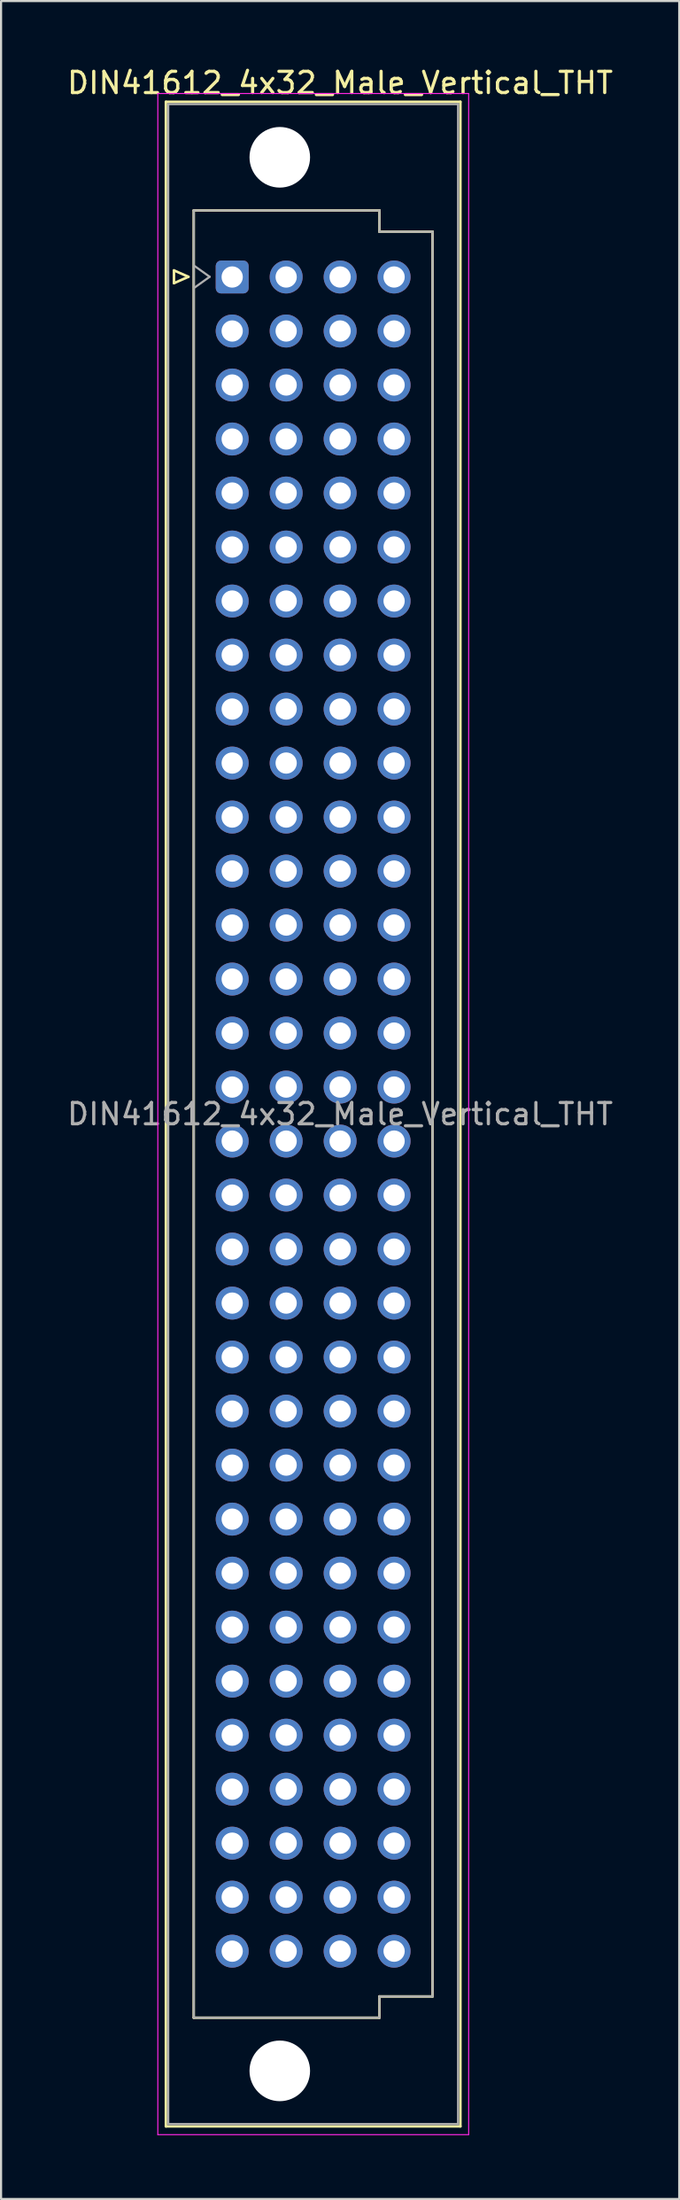
<source format=kicad_pcb>
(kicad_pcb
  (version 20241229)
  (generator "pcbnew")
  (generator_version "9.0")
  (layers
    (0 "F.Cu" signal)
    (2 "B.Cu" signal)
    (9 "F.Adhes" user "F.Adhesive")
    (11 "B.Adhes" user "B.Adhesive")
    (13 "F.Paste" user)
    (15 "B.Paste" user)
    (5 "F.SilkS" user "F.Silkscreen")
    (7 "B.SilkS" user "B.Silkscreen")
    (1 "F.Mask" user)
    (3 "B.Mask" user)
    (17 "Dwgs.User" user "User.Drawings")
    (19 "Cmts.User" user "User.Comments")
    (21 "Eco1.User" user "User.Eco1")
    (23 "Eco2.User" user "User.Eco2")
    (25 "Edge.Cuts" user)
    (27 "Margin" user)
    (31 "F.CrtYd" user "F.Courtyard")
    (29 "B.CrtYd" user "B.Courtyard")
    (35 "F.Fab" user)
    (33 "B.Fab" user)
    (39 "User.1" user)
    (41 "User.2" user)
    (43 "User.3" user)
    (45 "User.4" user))
  (footprint "DIN41612_4x32_Male_Vertical_THT"
    (layer "F.Cu")
    (at 10.418 9.978)
    (property "Reference" "DIN41612_4x32_Male_Vertical_THT" (at 2.54 -9.13 0) (layer "F.SilkS") (effects (font (size 1 1) (thickness 0.15))))
    (attr through_hole)
    (fp_line (start -5.66 -8.24) (end 8.2 -8.24) (stroke (width 0.12) (type solid)) (layer "F.SilkS"))
    (fp_line (start -5.66 86.98) (end -5.66 -8.24) (stroke (width 0.12) (type solid)) (layer "F.SilkS"))
    (fp_line (start -5.28 -0.31) (end -5.28 0.29) (stroke (width 0.12) (type solid)) (layer "F.SilkS"))
    (fp_line (start -5.28 0.29) (end -4.6 -0.01) (stroke (width 0.12) (type solid)) (layer "F.SilkS"))
    (fp_line (start -4.6 -0.01) (end -5.28 -0.31) (stroke (width 0.12) (type solid)) (layer "F.SilkS"))
    (fp_line (start -4.35 -3.131) (end 4.39 -3.131) (stroke (width 0.12) (type solid)) (layer "F.SilkS"))
    (fp_line (start -4.35 81.87) (end -4.35 -3.131) (stroke (width 0.12) (type solid)) (layer "F.SilkS"))
    (fp_line (start 4.39 -3.131) (end 4.39 -2.131) (stroke (width 0.12) (type solid)) (layer "F.SilkS"))
    (fp_line (start 4.39 -2.131) (end 6.89 -2.131) (stroke (width 0.12) (type solid)) (layer "F.SilkS"))
    (fp_line (start 4.39 80.87) (end 4.39 81.87) (stroke (width 0.12) (type solid)) (layer "F.SilkS"))
    (fp_line (start 4.39 81.87) (end -4.35 81.87) (stroke (width 0.12) (type solid)) (layer "F.SilkS"))
    (fp_line (start 6.89 -2.131) (end 6.89 80.87) (stroke (width 0.12) (type solid)) (layer "F.SilkS"))
    (fp_line (start 6.89 80.87) (end 4.39 80.87) (stroke (width 0.12) (type solid)) (layer "F.SilkS"))
    (fp_line (start 8.2 -8.24) (end 8.2 86.98) (stroke (width 0.12) (type solid)) (layer "F.SilkS"))
    (fp_line (start 8.2 86.98) (end -5.66 86.98) (stroke (width 0.12) (type solid)) (layer "F.SilkS"))
    (fp_line (start -6.04 -8.63) (end 8.59 -8.63) (stroke (width 0.05) (type solid)) (layer "F.CrtYd"))
    (fp_line (start -6.04 87.37) (end -6.04 -8.63) (stroke (width 0.05) (type solid)) (layer "F.CrtYd"))
    (fp_line (start 8.59 -8.63) (end 8.59 87.37) (stroke (width 0.05) (type solid)) (layer "F.CrtYd"))
    (fp_line (start 8.59 87.37) (end -6.04 87.37) (stroke (width 0.05) (type solid)) (layer "F.CrtYd"))
    (fp_line (start -5.55 -8.13) (end 8.09 -8.13) (stroke (width 0.1) (type solid)) (layer "F.Fab"))
    (fp_line (start -5.55 86.87) (end -5.55 -8.13) (stroke (width 0.1) (type solid)) (layer "F.Fab"))
    (fp_line (start -4.35 -3.13) (end 4.39 -3.13) (stroke (width 0.1) (type solid)) (layer "F.Fab"))
    (fp_line (start -4.35 81.87) (end -4.35 -3.13) (stroke (width 0.1) (type solid)) (layer "F.Fab"))
    (fp_line (start -4.3 -0.51) (end -3.6 -0.01) (stroke (width 0.1) (type solid)) (layer "F.Fab"))
    (fp_line (start -3.6 -0.01) (end -4.3 0.49) (stroke (width 0.1) (type solid)) (layer "F.Fab"))
    (fp_line (start 4.39 -3.13) (end 4.39 -2.13) (stroke (width 0.1) (type solid)) (layer "F.Fab"))
    (fp_line (start 4.39 -2.13) (end 6.89 -2.13) (stroke (width 0.1) (type solid)) (layer "F.Fab"))
    (fp_line (start 4.39 80.87) (end 4.39 81.87) (stroke (width 0.1) (type solid)) (layer "F.Fab"))
    (fp_line (start 4.39 81.87) (end -4.35 81.87) (stroke (width 0.1) (type solid)) (layer "F.Fab"))
    (fp_line (start 6.89 -2.13) (end 6.89 80.87) (stroke (width 0.1) (type solid)) (layer "F.Fab"))
    (fp_line (start 6.89 80.87) (end 4.39 80.87) (stroke (width 0.1) (type solid)) (layer "F.Fab"))
    (fp_line (start 8.09 -8.13) (end 8.09 86.87) (stroke (width 0.1) (type solid)) (layer "F.Fab"))
    (fp_line (start 8.09 86.87) (end -5.55 86.87) (stroke (width 0.1) (type solid)) (layer "F.Fab"))
    (fp_text user "${REFERENCE}" (at 2.54 39.37 0) (layer "F.Fab") (effects (font (size 1 1) (thickness 0.15))))
    (pad "" np_thru_hole circle (at -0.3 -5.63) (size 2.85 2.85) (drill 2.85) (layers "*.Cu" "*.Mask"))
    (pad "" np_thru_hole circle (at -0.3 84.37) (size 2.85 2.85) (drill 2.85) (layers "*.Cu" "*.Mask"))
    (pad "a1" thru_hole roundrect (at -2.54 0) (size 1.55 1.55) (drill 1) (layers "*.Cu" "*.Mask") (roundrect_rratio 0.161))
    (pad "a2" thru_hole circle (at -2.54 2.54) (size 1.55 1.55) (drill 1) (layers "*.Cu" "*.Mask"))
    (pad "a3" thru_hole circle (at -2.54 5.08) (size 1.55 1.55) (drill 1) (layers "*.Cu" "*.Mask"))
    (pad "a4" thru_hole circle (at -2.54 7.62) (size 1.55 1.55) (drill 1) (layers "*.Cu" "*.Mask"))
    (pad "a5" thru_hole circle (at -2.54 10.16) (size 1.55 1.55) (drill 1) (layers "*.Cu" "*.Mask"))
    (pad "a6" thru_hole circle (at -2.54 12.7) (size 1.55 1.55) (drill 1) (layers "*.Cu" "*.Mask"))
    (pad "a7" thru_hole circle (at -2.54 15.24) (size 1.55 1.55) (drill 1) (layers "*.Cu" "*.Mask"))
    (pad "a8" thru_hole circle (at -2.54 17.78) (size 1.55 1.55) (drill 1) (layers "*.Cu" "*.Mask"))
    (pad "a9" thru_hole circle (at -2.54 20.32) (size 1.55 1.55) (drill 1) (layers "*.Cu" "*.Mask"))
    (pad "a10" thru_hole circle (at -2.54 22.86) (size 1.55 1.55) (drill 1) (layers "*.Cu" "*.Mask"))
    (pad "a11" thru_hole circle (at -2.54 25.4) (size 1.55 1.55) (drill 1) (layers "*.Cu" "*.Mask"))
    (pad "a12" thru_hole circle (at -2.54 27.94) (size 1.55 1.55) (drill 1) (layers "*.Cu" "*.Mask"))
    (pad "a13" thru_hole circle (at -2.54 30.48) (size 1.55 1.55) (drill 1) (layers "*.Cu" "*.Mask"))
    (pad "a14" thru_hole circle (at -2.54 33.02) (size 1.55 1.55) (drill 1) (layers "*.Cu" "*.Mask"))
    (pad "a15" thru_hole circle (at -2.54 35.56) (size 1.55 1.55) (drill 1) (layers "*.Cu" "*.Mask"))
    (pad "a16" thru_hole circle (at -2.54 38.1) (size 1.55 1.55) (drill 1) (layers "*.Cu" "*.Mask"))
    (pad "a17" thru_hole circle (at -2.54 40.64) (size 1.55 1.55) (drill 1) (layers "*.Cu" "*.Mask"))
    (pad "a18" thru_hole circle (at -2.54 43.18) (size 1.55 1.55) (drill 1) (layers "*.Cu" "*.Mask"))
    (pad "a19" thru_hole circle (at -2.54 45.72) (size 1.55 1.55) (drill 1) (layers "*.Cu" "*.Mask"))
    (pad "a20" thru_hole circle (at -2.54 48.26) (size 1.55 1.55) (drill 1) (layers "*.Cu" "*.Mask"))
    (pad "a21" thru_hole circle (at -2.54 50.8) (size 1.55 1.55) (drill 1) (layers "*.Cu" "*.Mask"))
    (pad "a22" thru_hole circle (at -2.54 53.34) (size 1.55 1.55) (drill 1) (layers "*.Cu" "*.Mask"))
    (pad "a23" thru_hole circle (at -2.54 55.88) (size 1.55 1.55) (drill 1) (layers "*.Cu" "*.Mask"))
    (pad "a24" thru_hole circle (at -2.54 58.42) (size 1.55 1.55) (drill 1) (layers "*.Cu" "*.Mask"))
    (pad "a25" thru_hole circle (at -2.54 60.96) (size 1.55 1.55) (drill 1) (layers "*.Cu" "*.Mask"))
    (pad "a26" thru_hole circle (at -2.54 63.5) (size 1.55 1.55) (drill 1) (layers "*.Cu" "*.Mask"))
    (pad "a27" thru_hole circle (at -2.54 66.04) (size 1.55 1.55) (drill 1) (layers "*.Cu" "*.Mask"))
    (pad "a28" thru_hole circle (at -2.54 68.58) (size 1.55 1.55) (drill 1) (layers "*.Cu" "*.Mask"))
    (pad "a29" thru_hole circle (at -2.54 71.12) (size 1.55 1.55) (drill 1) (layers "*.Cu" "*.Mask"))
    (pad "a30" thru_hole circle (at -2.54 73.66) (size 1.55 1.55) (drill 1) (layers "*.Cu" "*.Mask"))
    (pad "a31" thru_hole circle (at -2.54 76.2) (size 1.55 1.55) (drill 1) (layers "*.Cu" "*.Mask"))
    (pad "a32" thru_hole circle (at -2.54 78.74) (size 1.55 1.55) (drill 1) (layers "*.Cu" "*.Mask"))
    (pad "b1" thru_hole circle (at 0 0) (size 1.55 1.55) (drill 1) (layers "*.Cu" "*.Mask"))
    (pad "b2" thru_hole circle (at 0 2.54) (size 1.55 1.55) (drill 1) (layers "*.Cu" "*.Mask"))
    (pad "b3" thru_hole circle (at 0 5.08) (size 1.55 1.55) (drill 1) (layers "*.Cu" "*.Mask"))
    (pad "b4" thru_hole circle (at 0 7.62) (size 1.55 1.55) (drill 1) (layers "*.Cu" "*.Mask"))
    (pad "b5" thru_hole circle (at 0 10.16) (size 1.55 1.55) (drill 1) (layers "*.Cu" "*.Mask"))
    (pad "b6" thru_hole circle (at 0 12.7) (size 1.55 1.55) (drill 1) (layers "*.Cu" "*.Mask"))
    (pad "b7" thru_hole circle (at 0 15.24) (size 1.55 1.55) (drill 1) (layers "*.Cu" "*.Mask"))
    (pad "b8" thru_hole circle (at 0 17.78) (size 1.55 1.55) (drill 1) (layers "*.Cu" "*.Mask"))
    (pad "b9" thru_hole circle (at 0 20.32) (size 1.55 1.55) (drill 1) (layers "*.Cu" "*.Mask"))
    (pad "b10" thru_hole circle (at 0 22.86) (size 1.55 1.55) (drill 1) (layers "*.Cu" "*.Mask"))
    (pad "b11" thru_hole circle (at 0 25.4) (size 1.55 1.55) (drill 1) (layers "*.Cu" "*.Mask"))
    (pad "b12" thru_hole circle (at 0 27.94) (size 1.55 1.55) (drill 1) (layers "*.Cu" "*.Mask"))
    (pad "b13" thru_hole circle (at 0 30.48) (size 1.55 1.55) (drill 1) (layers "*.Cu" "*.Mask"))
    (pad "b14" thru_hole circle (at 0 33.02) (size 1.55 1.55) (drill 1) (layers "*.Cu" "*.Mask"))
    (pad "b15" thru_hole circle (at 0 35.56) (size 1.55 1.55) (drill 1) (layers "*.Cu" "*.Mask"))
    (pad "b16" thru_hole circle (at 0 38.1) (size 1.55 1.55) (drill 1) (layers "*.Cu" "*.Mask"))
    (pad "b17" thru_hole circle (at 0 40.64) (size 1.55 1.55) (drill 1) (layers "*.Cu" "*.Mask"))
    (pad "b18" thru_hole circle (at 0 43.18) (size 1.55 1.55) (drill 1) (layers "*.Cu" "*.Mask"))
    (pad "b19" thru_hole circle (at 0 45.72) (size 1.55 1.55) (drill 1) (layers "*.Cu" "*.Mask"))
    (pad "b20" thru_hole circle (at 0 48.26) (size 1.55 1.55) (drill 1) (layers "*.Cu" "*.Mask"))
    (pad "b21" thru_hole circle (at 0 50.8) (size 1.55 1.55) (drill 1) (layers "*.Cu" "*.Mask"))
    (pad "b22" thru_hole circle (at 0 53.34) (size 1.55 1.55) (drill 1) (layers "*.Cu" "*.Mask"))
    (pad "b23" thru_hole circle (at 0 55.88) (size 1.55 1.55) (drill 1) (layers "*.Cu" "*.Mask"))
    (pad "b24" thru_hole circle (at 0 58.42) (size 1.55 1.55) (drill 1) (layers "*.Cu" "*.Mask"))
    (pad "b25" thru_hole circle (at 0 60.96) (size 1.55 1.55) (drill 1) (layers "*.Cu" "*.Mask"))
    (pad "b26" thru_hole circle (at 0 63.5) (size 1.55 1.55) (drill 1) (layers "*.Cu" "*.Mask"))
    (pad "b27" thru_hole circle (at 0 66.04) (size 1.55 1.55) (drill 1) (layers "*.Cu" "*.Mask"))
    (pad "b28" thru_hole circle (at 0 68.58) (size 1.55 1.55) (drill 1) (layers "*.Cu" "*.Mask"))
    (pad "b29" thru_hole circle (at 0 71.12) (size 1.55 1.55) (drill 1) (layers "*.Cu" "*.Mask"))
    (pad "b30" thru_hole circle (at 0 73.66) (size 1.55 1.55) (drill 1) (layers "*.Cu" "*.Mask"))
    (pad "b31" thru_hole circle (at 0 76.2) (size 1.55 1.55) (drill 1) (layers "*.Cu" "*.Mask"))
    (pad "b32" thru_hole circle (at 0 78.74) (size 1.55 1.55) (drill 1) (layers "*.Cu" "*.Mask"))
    (pad "c1" thru_hole circle (at 2.54 0) (size 1.55 1.55) (drill 1) (layers "*.Cu" "*.Mask"))
    (pad "c2" thru_hole circle (at 2.54 2.54) (size 1.55 1.55) (drill 1) (layers "*.Cu" "*.Mask"))
    (pad "c3" thru_hole circle (at 2.54 5.08) (size 1.55 1.55) (drill 1) (layers "*.Cu" "*.Mask"))
    (pad "c4" thru_hole circle (at 2.54 7.62) (size 1.55 1.55) (drill 1) (layers "*.Cu" "*.Mask"))
    (pad "c5" thru_hole circle (at 2.54 10.16) (size 1.55 1.55) (drill 1) (layers "*.Cu" "*.Mask"))
    (pad "c6" thru_hole circle (at 2.54 12.7) (size 1.55 1.55) (drill 1) (layers "*.Cu" "*.Mask"))
    (pad "c7" thru_hole circle (at 2.54 15.24) (size 1.55 1.55) (drill 1) (layers "*.Cu" "*.Mask"))
    (pad "c8" thru_hole circle (at 2.54 17.78) (size 1.55 1.55) (drill 1) (layers "*.Cu" "*.Mask"))
    (pad "c9" thru_hole circle (at 2.54 20.32) (size 1.55 1.55) (drill 1) (layers "*.Cu" "*.Mask"))
    (pad "c10" thru_hole circle (at 2.54 22.86) (size 1.55 1.55) (drill 1) (layers "*.Cu" "*.Mask"))
    (pad "c11" thru_hole circle (at 2.54 25.4) (size 1.55 1.55) (drill 1) (layers "*.Cu" "*.Mask"))
    (pad "c12" thru_hole circle (at 2.54 27.94) (size 1.55 1.55) (drill 1) (layers "*.Cu" "*.Mask"))
    (pad "c13" thru_hole circle (at 2.54 30.48) (size 1.55 1.55) (drill 1) (layers "*.Cu" "*.Mask"))
    (pad "c14" thru_hole circle (at 2.54 33.02) (size 1.55 1.55) (drill 1) (layers "*.Cu" "*.Mask"))
    (pad "c15" thru_hole circle (at 2.54 35.56) (size 1.55 1.55) (drill 1) (layers "*.Cu" "*.Mask"))
    (pad "c16" thru_hole circle (at 2.54 38.1) (size 1.55 1.55) (drill 1) (layers "*.Cu" "*.Mask"))
    (pad "c17" thru_hole circle (at 2.54 40.64) (size 1.55 1.55) (drill 1) (layers "*.Cu" "*.Mask"))
    (pad "c18" thru_hole circle (at 2.54 43.18) (size 1.55 1.55) (drill 1) (layers "*.Cu" "*.Mask"))
    (pad "c19" thru_hole circle (at 2.54 45.72) (size 1.55 1.55) (drill 1) (layers "*.Cu" "*.Mask"))
    (pad "c20" thru_hole circle (at 2.54 48.26) (size 1.55 1.55) (drill 1) (layers "*.Cu" "*.Mask"))
    (pad "c21" thru_hole circle (at 2.54 50.8) (size 1.55 1.55) (drill 1) (layers "*.Cu" "*.Mask"))
    (pad "c22" thru_hole circle (at 2.54 53.34) (size 1.55 1.55) (drill 1) (layers "*.Cu" "*.Mask"))
    (pad "c23" thru_hole circle (at 2.54 55.88) (size 1.55 1.55) (drill 1) (layers "*.Cu" "*.Mask"))
    (pad "c24" thru_hole circle (at 2.54 58.42) (size 1.55 1.55) (drill 1) (layers "*.Cu" "*.Mask"))
    (pad "c25" thru_hole circle (at 2.54 60.96) (size 1.55 1.55) (drill 1) (layers "*.Cu" "*.Mask"))
    (pad "c26" thru_hole circle (at 2.54 63.5) (size 1.55 1.55) (drill 1) (layers "*.Cu" "*.Mask"))
    (pad "c27" thru_hole circle (at 2.54 66.04) (size 1.55 1.55) (drill 1) (layers "*.Cu" "*.Mask"))
    (pad "c28" thru_hole circle (at 2.54 68.58) (size 1.55 1.55) (drill 1) (layers "*.Cu" "*.Mask"))
    (pad "c29" thru_hole circle (at 2.54 71.12) (size 1.55 1.55) (drill 1) (layers "*.Cu" "*.Mask"))
    (pad "c30" thru_hole circle (at 2.54 73.66) (size 1.55 1.55) (drill 1) (layers "*.Cu" "*.Mask"))
    (pad "c31" thru_hole circle (at 2.54 76.2) (size 1.55 1.55) (drill 1) (layers "*.Cu" "*.Mask"))
    (pad "c32" thru_hole circle (at 2.54 78.74) (size 1.55 1.55) (drill 1) (layers "*.Cu" "*.Mask"))
    (pad "d1" thru_hole circle (at 5.08 0) (size 1.55 1.55) (drill 1) (layers "*.Cu" "*.Mask"))
    (pad "d2" thru_hole circle (at 5.08 2.54) (size 1.55 1.55) (drill 1) (layers "*.Cu" "*.Mask"))
    (pad "d3" thru_hole circle (at 5.08 5.08) (size 1.55 1.55) (drill 1) (layers "*.Cu" "*.Mask"))
    (pad "d4" thru_hole circle (at 5.08 7.62) (size 1.55 1.55) (drill 1) (layers "*.Cu" "*.Mask"))
    (pad "d5" thru_hole circle (at 5.08 10.16) (size 1.55 1.55) (drill 1) (layers "*.Cu" "*.Mask"))
    (pad "d6" thru_hole circle (at 5.08 12.7) (size 1.55 1.55) (drill 1) (layers "*.Cu" "*.Mask"))
    (pad "d7" thru_hole circle (at 5.08 15.24) (size 1.55 1.55) (drill 1) (layers "*.Cu" "*.Mask"))
    (pad "d8" thru_hole circle (at 5.08 17.78) (size 1.55 1.55) (drill 1) (layers "*.Cu" "*.Mask"))
    (pad "d9" thru_hole circle (at 5.08 20.32) (size 1.55 1.55) (drill 1) (layers "*.Cu" "*.Mask"))
    (pad "d10" thru_hole circle (at 5.08 22.86) (size 1.55 1.55) (drill 1) (layers "*.Cu" "*.Mask"))
    (pad "d11" thru_hole circle (at 5.08 25.4) (size 1.55 1.55) (drill 1) (layers "*.Cu" "*.Mask"))
    (pad "d12" thru_hole circle (at 5.08 27.94) (size 1.55 1.55) (drill 1) (layers "*.Cu" "*.Mask"))
    (pad "d13" thru_hole circle (at 5.08 30.48) (size 1.55 1.55) (drill 1) (layers "*.Cu" "*.Mask"))
    (pad "d14" thru_hole circle (at 5.08 33.02) (size 1.55 1.55) (drill 1) (layers "*.Cu" "*.Mask"))
    (pad "d15" thru_hole circle (at 5.08 35.56) (size 1.55 1.55) (drill 1) (layers "*.Cu" "*.Mask"))
    (pad "d16" thru_hole circle (at 5.08 38.1) (size 1.55 1.55) (drill 1) (layers "*.Cu" "*.Mask"))
    (pad "d17" thru_hole circle (at 5.08 40.64) (size 1.55 1.55) (drill 1) (layers "*.Cu" "*.Mask"))
    (pad "d18" thru_hole circle (at 5.08 43.18) (size 1.55 1.55) (drill 1) (layers "*.Cu" "*.Mask"))
    (pad "d19" thru_hole circle (at 5.08 45.72) (size 1.55 1.55) (drill 1) (layers "*.Cu" "*.Mask"))
    (pad "d20" thru_hole circle (at 5.08 48.26) (size 1.55 1.55) (drill 1) (layers "*.Cu" "*.Mask"))
    (pad "d21" thru_hole circle (at 5.08 50.8) (size 1.55 1.55) (drill 1) (layers "*.Cu" "*.Mask"))
    (pad "d22" thru_hole circle (at 5.08 53.34) (size 1.55 1.55) (drill 1) (layers "*.Cu" "*.Mask"))
    (pad "d23" thru_hole circle (at 5.08 55.88) (size 1.55 1.55) (drill 1) (layers "*.Cu" "*.Mask"))
    (pad "d24" thru_hole circle (at 5.08 58.42) (size 1.55 1.55) (drill 1) (layers "*.Cu" "*.Mask"))
    (pad "d25" thru_hole circle (at 5.08 60.96) (size 1.55 1.55) (drill 1) (layers "*.Cu" "*.Mask"))
    (pad "d26" thru_hole circle (at 5.08 63.5) (size 1.55 1.55) (drill 1) (layers "*.Cu" "*.Mask"))
    (pad "d27" thru_hole circle (at 5.08 66.04) (size 1.55 1.55) (drill 1) (layers "*.Cu" "*.Mask"))
    (pad "d28" thru_hole circle (at 5.08 68.58) (size 1.55 1.55) (drill 1) (layers "*.Cu" "*.Mask"))
    (pad "d29" thru_hole circle (at 5.08 71.12) (size 1.55 1.55) (drill 1) (layers "*.Cu" "*.Mask"))
    (pad "d30" thru_hole circle (at 5.08 73.66) (size 1.55 1.55) (drill 1) (layers "*.Cu" "*.Mask"))
    (pad "d31" thru_hole circle (at 5.08 76.2) (size 1.55 1.55) (drill 1) (layers "*.Cu" "*.Mask"))
    (pad "d32" thru_hole circle (at 5.08 78.74) (size 1.55 1.55) (drill 1) (layers "*.Cu" "*.Mask")))
  (gr_rect
    (start -3 -3)
    (end 28.917 100.373)
    (stroke (width 0.1) (type default))
    (fill no)
    (layer "Edge.Cuts")))
</source>
